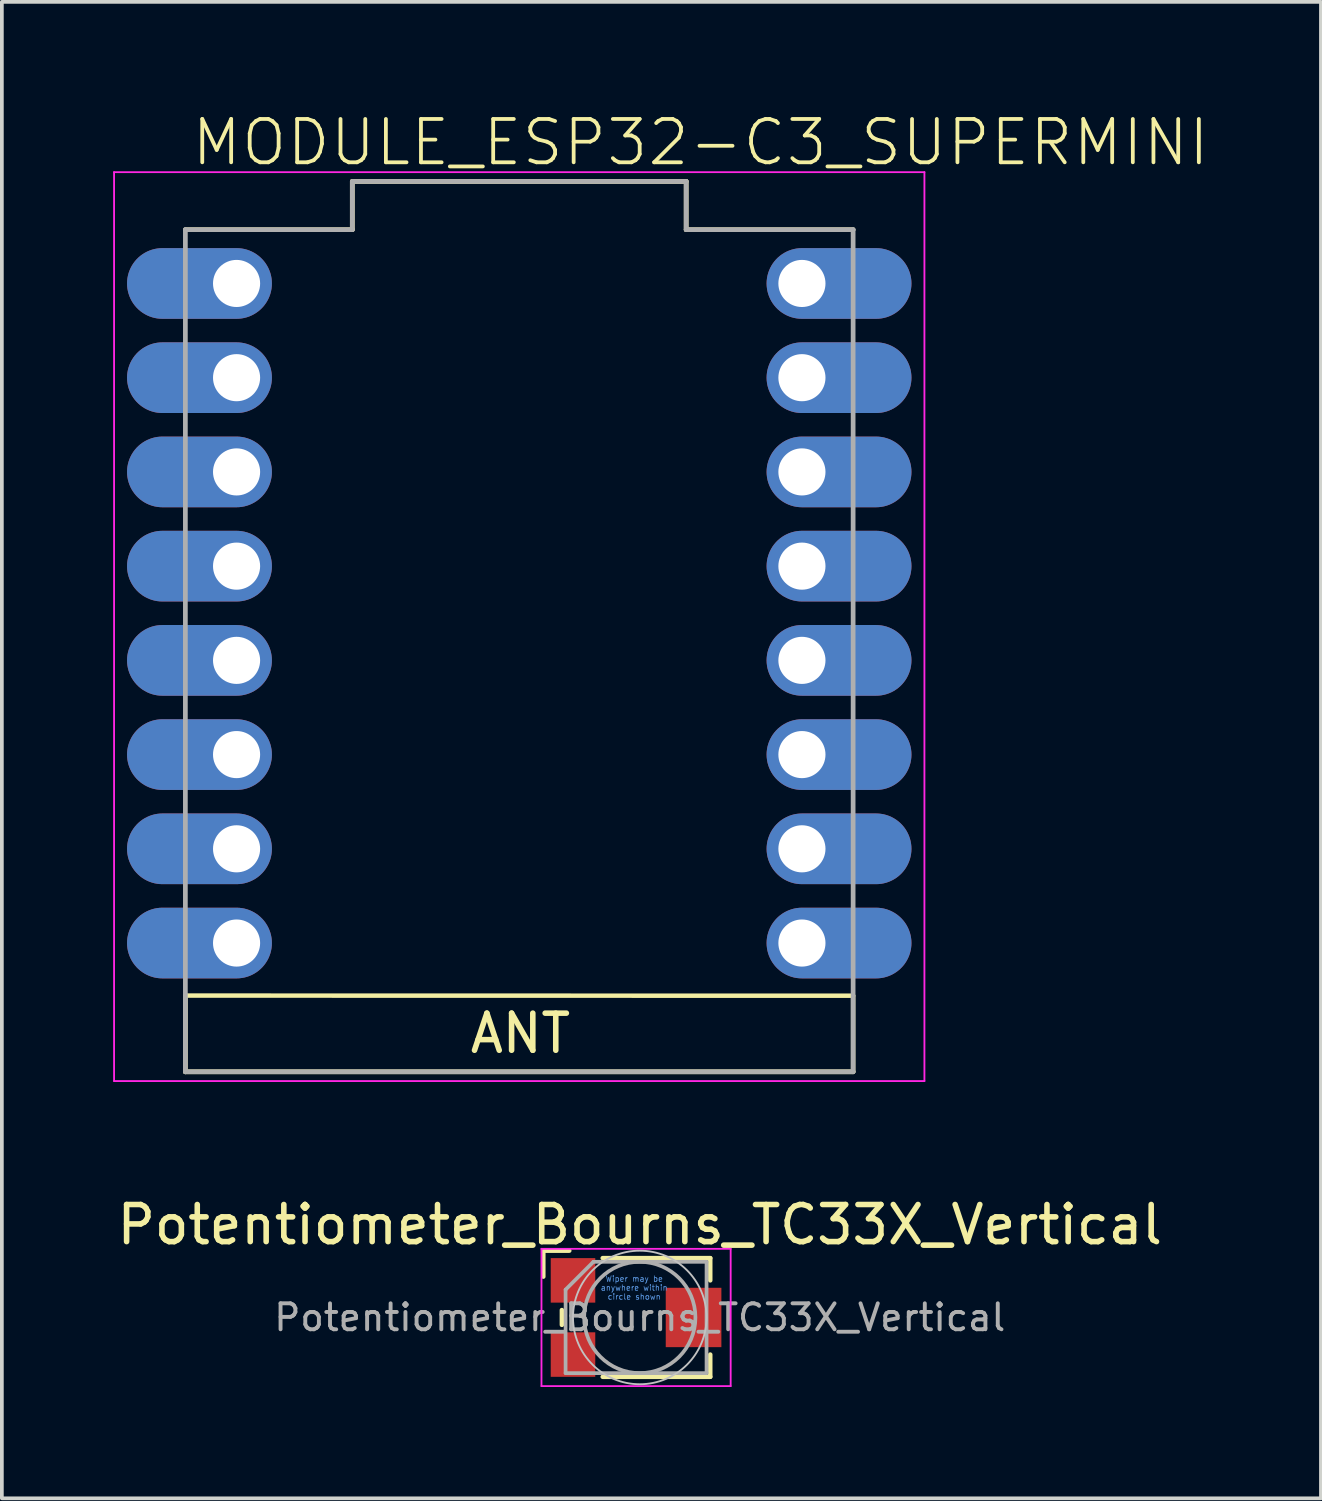
<source format=kicad_pcb>
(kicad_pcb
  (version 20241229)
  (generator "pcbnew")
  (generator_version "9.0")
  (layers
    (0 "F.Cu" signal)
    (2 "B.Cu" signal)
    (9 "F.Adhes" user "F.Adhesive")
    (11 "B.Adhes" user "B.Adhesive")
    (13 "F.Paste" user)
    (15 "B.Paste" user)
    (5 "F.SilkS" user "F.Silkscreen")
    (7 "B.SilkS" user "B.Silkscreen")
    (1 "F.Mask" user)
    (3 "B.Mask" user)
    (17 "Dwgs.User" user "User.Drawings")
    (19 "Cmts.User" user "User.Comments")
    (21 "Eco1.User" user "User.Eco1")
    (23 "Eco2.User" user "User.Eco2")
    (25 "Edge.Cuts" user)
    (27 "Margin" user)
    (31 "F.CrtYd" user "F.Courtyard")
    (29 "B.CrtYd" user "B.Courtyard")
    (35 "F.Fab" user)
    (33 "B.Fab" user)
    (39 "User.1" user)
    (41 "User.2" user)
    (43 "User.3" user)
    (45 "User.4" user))
  (footprint "MODULE_ESP32-C3_SUPERMINI"
    (layer "F.Cu")
    (at 10.947 14.491)
    (property "Reference" "MODULE_ESP32-C3_SUPERMINI" (at -8.89 -13.018 0) (unlocked yes) (layer "F.SilkS") (effects (font (size 1.168 1.168) (thickness 0.102)) (justify left bottom)))
    (fp_line (start -9 9.296) (end 9 9.3) (stroke (width 0.12) (type default)) (layer "F.SilkS"))
    (fp_line (start -9 11.35) (end -9 9.296) (stroke (width 0.127) (type solid)) (layer "F.SilkS"))
    (fp_line (start -4.5 -12.65) (end -4.5 -11.35) (stroke (width 0.127) (type solid)) (layer "F.SilkS"))
    (fp_line (start -4.5 -11.35) (end -9 -11.35) (stroke (width 0.127) (type solid)) (layer "F.SilkS"))
    (fp_line (start 4.5 -12.65) (end -4.5 -12.65) (stroke (width 0.127) (type solid)) (layer "F.SilkS"))
    (fp_line (start 4.5 -12.65) (end 4.5 -11.35) (stroke (width 0.127) (type solid)) (layer "F.SilkS"))
    (fp_line (start 9 -11.35) (end 4.5 -11.35) (stroke (width 0.127) (type solid)) (layer "F.SilkS"))
    (fp_line (start 9 11.35) (end -9 11.35) (stroke (width 0.127) (type solid)) (layer "F.SilkS"))
    (fp_line (start 9 11.35) (end 9 9.3) (stroke (width 0.12) (type default)) (layer "F.SilkS"))
    (fp_line (start -10.922 -12.9) (end 10.922 -12.9) (stroke (width 0.05) (type solid)) (layer "F.CrtYd"))
    (fp_line (start -10.922 11.6) (end -10.922 -12.9) (stroke (width 0.05) (type solid)) (layer "F.CrtYd"))
    (fp_line (start 10.922 -12.9) (end 10.922 11.6) (stroke (width 0.05) (type solid)) (layer "F.CrtYd"))
    (fp_line (start 10.922 11.6) (end -10.922 11.6) (stroke (width 0.05) (type solid)) (layer "F.CrtYd"))
    (fp_line (start -9 11.35) (end -9 -11.35) (stroke (width 0.127) (type solid)) (layer "F.Fab"))
    (fp_line (start -4.5 -12.65) (end -4.5 -11.35) (stroke (width 0.127) (type solid)) (layer "F.Fab"))
    (fp_line (start -4.5 -11.35) (end -9 -11.35) (stroke (width 0.127) (type solid)) (layer "F.Fab"))
    (fp_line (start 4.5 -12.65) (end -4.5 -12.65) (stroke (width 0.127) (type solid)) (layer "F.Fab"))
    (fp_line (start 4.5 -12.65) (end 4.5 -11.35) (stroke (width 0.127) (type solid)) (layer "F.Fab"))
    (fp_line (start 9 -11.35) (end 4.5 -11.35) (stroke (width 0.127) (type solid)) (layer "F.Fab"))
    (fp_line (start 9 11.35) (end -9 11.35) (stroke (width 0.127) (type solid)) (layer "F.Fab"))
    (fp_line (start 9 11.35) (end 9 -11.35) (stroke (width 0.127) (type solid)) (layer "F.Fab"))
    (fp_text user "ANT" (at -1.4 10.9 0) (unlocked yes) (layer "F.SilkS") (effects (font (size 1 1) (thickness 0.15)) (justify left bottom)))
    (pad "0" thru_hole oval (at 7.62 7.88) (size 3.905 1.905) (drill 1.27 (offset 1 0)) (layers "*.Cu" "*.Mask"))
    (pad "1" thru_hole oval (at 7.62 5.34) (size 3.905 1.905) (drill 1.27 (offset 1 0)) (layers "*.Cu" "*.Mask"))
    (pad "2" thru_hole oval (at 7.62 2.8) (size 3.905 1.905) (drill 1.27 (offset 1 0)) (layers "*.Cu" "*.Mask"))
    (pad "3" thru_hole oval (at 7.62 0.26) (size 3.905 1.905) (drill 1.27 (offset 1 0)) (layers "*.Cu" "*.Mask"))
    (pad "3.3" thru_hole oval (at 7.62 -4.82) (size 3.905 1.905) (drill 1.27 (offset 1 0)) (layers "*.Cu" "*.Mask"))
    (pad "4" thru_hole oval (at 7.62 -2.28) (size 3.905 1.905) (drill 1.27 (offset 1 0)) (layers "*.Cu" "*.Mask"))
    (pad "5" thru_hole oval (at -7.62 -9.9) (size 3.905 1.905) (drill 1.27 (offset -1 0)) (layers "*.Cu" "*.Mask"))
    (pad "5V" thru_hole oval (at 7.62 -9.9) (size 3.905 1.905) (drill 1.27 (offset 1 0)) (layers "*.Cu" "*.Mask"))
    (pad "6" thru_hole oval (at -7.62 -7.36) (size 3.905 1.905) (drill 1.27 (offset -1 0)) (layers "*.Cu" "*.Mask"))
    (pad "7" thru_hole oval (at -7.62 -4.82) (size 3.905 1.905) (drill 1.27 (offset -1 0)) (layers "*.Cu" "*.Mask"))
    (pad "8" thru_hole oval (at -7.62 -2.28) (size 3.905 1.905) (drill 1.27 (offset -1 0)) (layers "*.Cu" "*.Mask"))
    (pad "9" thru_hole oval (at -7.62 0.26) (size 3.905 1.905) (drill 1.27 (offset -1 0)) (layers "*.Cu" "*.Mask"))
    (pad "10" thru_hole oval (at -7.62 2.8) (size 3.905 1.905) (drill 1.27 (offset -1 0)) (layers "*.Cu" "*.Mask"))
    (pad "20" thru_hole oval (at -7.62 5.34) (size 3.905 1.905) (drill 1.27 (offset -1 0)) (layers "*.Cu" "*.Mask"))
    (pad "21" thru_hole oval (at -7.62 7.88) (size 3.905 1.905) (drill 1.27 (offset -1 0)) (layers "*.Cu" "*.Mask"))
    (pad "G" thru_hole oval (at 7.62 -7.36) (size 3.905 1.905) (drill 1.27 (offset 1 0)) (layers "*.Cu" "*.Mask")))
  (footprint "Potentiometer_Bourns_TC33X_Vertical"
    (layer "F.Cu")
    (at 14.196 32.464)
    (property "Reference" "Potentiometer_Bourns_TC33X_Vertical" (at 0 -2.5 180) (layer "F.SilkS") (effects (font (size 1 1) (thickness 0.15))))
    (attr smd)
    (fp_line (start -2.6 -1.8) (end -2.6 -1.1) (stroke (width 0.12) (type solid)) (layer "F.SilkS"))
    (fp_line (start -2.1 -0.2) (end -2.1 0.2) (stroke (width 0.12) (type solid)) (layer "F.SilkS"))
    (fp_line (start -1.9 -1.8) (end -2.6 -1.8) (stroke (width 0.12) (type solid)) (layer "F.SilkS"))
    (fp_line (start -1 -1.6) (end 1.9 -1.6) (stroke (width 0.12) (type solid)) (layer "F.SilkS"))
    (fp_line (start -1 1.6) (end 1.9 1.6) (stroke (width 0.12) (type solid)) (layer "F.SilkS"))
    (fp_line (start 1.9 -1.6) (end 1.9 -1) (stroke (width 0.12) (type solid)) (layer "F.SilkS"))
    (fp_line (start 1.9 1.6) (end 1.9 1) (stroke (width 0.12) (type solid)) (layer "F.SilkS"))
    (fp_circle (center 0 0) (end 1.8 0) (stroke (width 0.05) (type solid)) (fill no) (layer "Dwgs.User"))
    (fp_line (start -2.65 -1.85) (end 2.45 -1.85) (stroke (width 0.05) (type solid)) (layer "F.CrtYd"))
    (fp_line (start -2.65 1.85) (end -2.65 -1.85) (stroke (width 0.05) (type solid)) (layer "F.CrtYd"))
    (fp_line (start 2.45 -1.85) (end 2.45 1.85) (stroke (width 0.05) (type solid)) (layer "F.CrtYd"))
    (fp_line (start 2.45 1.85) (end -2.65 1.85) (stroke (width 0.05) (type solid)) (layer "F.CrtYd"))
    (fp_line (start -2 -0.75) (end -2 1.5) (stroke (width 0.1) (type solid)) (layer "F.Fab"))
    (fp_line (start -2 1.5) (end 1.8 1.5) (stroke (width 0.1) (type solid)) (layer "F.Fab"))
    (fp_line (start -1.25 -1.5) (end -2 -0.75) (stroke (width 0.1) (type solid)) (layer "F.Fab"))
    (fp_line (start 1.8 -1.5) (end -1.25 -1.5) (stroke (width 0.1) (type solid)) (layer "F.Fab"))
    (fp_line (start 1.8 1.5) (end 1.8 -1.5) (stroke (width 0.1) (type solid)) (layer "F.Fab"))
    (fp_circle (center 0 0) (end 1.5 0) (stroke (width 0.1) (type solid)) (fill no) (layer "F.Fab"))
    (fp_text user "Wiper may be\nanywhere within\ncircle shown" (at -0.15 -0.8 180) (layer "Cmts.User") (effects (font (size 0.15 0.15) (thickness 0.02))))
    (fp_text user "${REFERENCE}" (at 0 0 180) (layer "F.Fab") (effects (font (size 0.7 0.7) (thickness 0.105))))
    (pad "1" smd rect (at -1.8 -1) (size 1.2 1.2) (layers "F.Cu" "F.Mask" "F.Paste"))
    (pad "2" smd rect (at 1.45 0) (size 1.5 1.6) (layers "F.Cu" "F.Mask" "F.Paste"))
    (pad "3" smd rect (at -1.8 1) (size 1.2 1.2) (layers "F.Cu" "F.Mask" "F.Paste")))
  (gr_rect
    (start -3 -3)
    (end 32.558 37.339)
    (stroke (width 0.1) (type default))
    (fill no)
    (layer "Edge.Cuts")))
</source>
